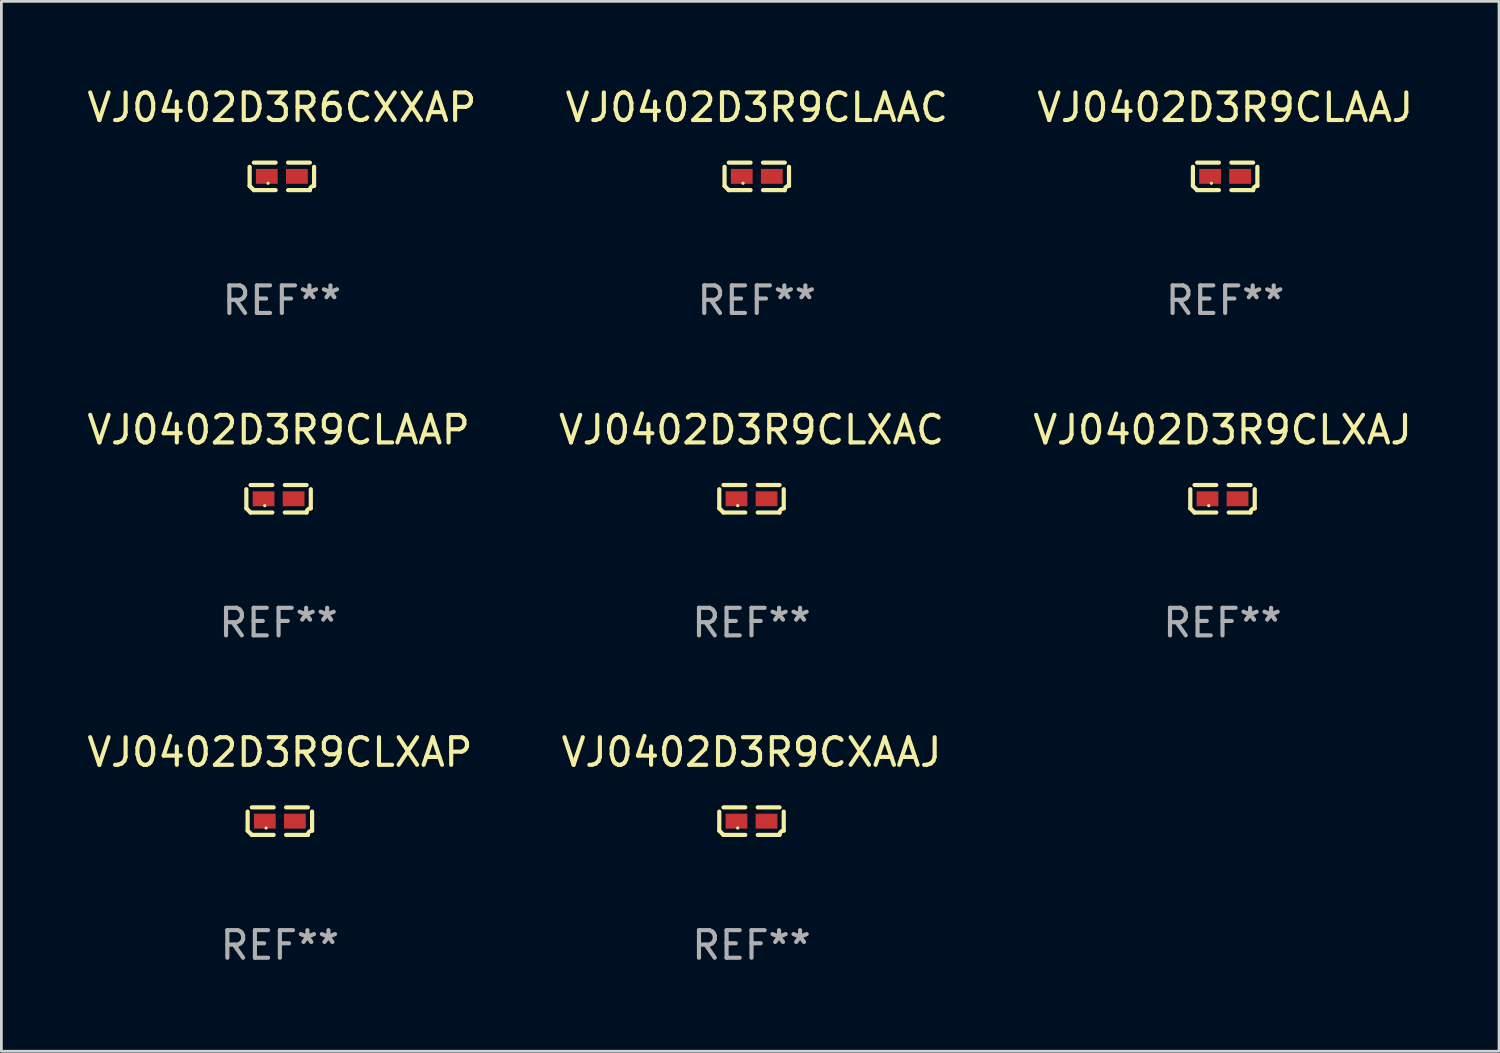
<source format=kicad_pcb>
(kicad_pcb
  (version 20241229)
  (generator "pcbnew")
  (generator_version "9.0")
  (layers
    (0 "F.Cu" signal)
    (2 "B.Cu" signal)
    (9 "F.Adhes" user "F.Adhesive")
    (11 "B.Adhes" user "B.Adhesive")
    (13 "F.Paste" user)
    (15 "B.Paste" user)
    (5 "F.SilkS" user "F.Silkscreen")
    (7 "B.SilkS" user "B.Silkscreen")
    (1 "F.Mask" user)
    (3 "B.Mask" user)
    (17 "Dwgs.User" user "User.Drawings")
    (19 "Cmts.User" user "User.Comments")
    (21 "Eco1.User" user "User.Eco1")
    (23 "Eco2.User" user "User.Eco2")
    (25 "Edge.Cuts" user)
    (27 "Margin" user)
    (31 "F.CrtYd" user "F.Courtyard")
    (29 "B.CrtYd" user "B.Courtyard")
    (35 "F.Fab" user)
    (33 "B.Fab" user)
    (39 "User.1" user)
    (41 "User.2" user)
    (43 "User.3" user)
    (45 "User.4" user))
  (footprint "VJ0402D3R9CLAAC"
    (layer "F.Cu")
    (at 24.399 3.347)
    (property "Reference" "VJ0402D3R9CLAAC" (at 0 -2.499 0) (layer "F.SilkS") (effects (font (size 1 1) (thickness 0.15))))
    (attr through_hole)
    (fp_line (start -1.169 0.346) (end -1.169 -0.346) (stroke (width 0.152) (type solid)) (layer "F.SilkS"))
    (fp_line (start -1.016 -0.499) (end -0.226 -0.499) (stroke (width 0.152) (type solid)) (layer "F.SilkS"))
    (fp_line (start -0.226 0.499) (end -1.016 0.499) (stroke (width 0.152) (type solid)) (layer "F.SilkS"))
    (fp_line (start 0.226 0.499) (end 1.016 0.499) (stroke (width 0.152) (type solid)) (layer "F.SilkS"))
    (fp_line (start 1.016 -0.499) (end 0.226 -0.499) (stroke (width 0.152) (type solid)) (layer "F.SilkS"))
    (fp_line (start 1.169 0.346) (end 1.169 -0.346) (stroke (width 0.152) (type solid)) (layer "F.SilkS"))
    (fp_arc (start -1.016307 0.498603) (mid -1.092512 0.422405) (end -1.16871 0.3462) (stroke (width 0.1524) (type solid)) (layer "F.SilkS"))
    (fp_arc (start 1.016307 0.498603) (mid 1.060899 0.390758) (end 1.168707 0.346076) (stroke (width 0.1524) (type solid)) (layer "F.SilkS"))
    (fp_circle (center -0.5 0.25) (end -0.47 0.25) (stroke (width 0.06) (type solid)) (fill no) (layer "F.SilkS"))
    (fp_text user "REF**" (at 0 4.499 0) (layer "F.Fab") (effects (font (size 1 1) (thickness 0.15))))
    (pad "1" smd rect (at -0.545 0) (size 0.79 0.54) (layers "F.Cu" "F.Mask" "F.Paste"))
    (pad "2" smd rect (at 0.545 0) (size 0.79 0.54) (layers "F.Cu" "F.Mask" "F.Paste")))
  (footprint "VJ0402D3R9CLAAP"
    (layer "F.Cu")
    (at 7.054 15.041)
    (property "Reference" "VJ0402D3R9CLAAP" (at 0 -2.499 0) (layer "F.SilkS") (effects (font (size 1 1) (thickness 0.15))))
    (attr through_hole)
    (fp_line (start -1.169 0.346) (end -1.169 -0.346) (stroke (width 0.152) (type solid)) (layer "F.SilkS"))
    (fp_line (start -1.016 -0.499) (end -0.226 -0.499) (stroke (width 0.152) (type solid)) (layer "F.SilkS"))
    (fp_line (start -0.226 0.499) (end -1.016 0.499) (stroke (width 0.152) (type solid)) (layer "F.SilkS"))
    (fp_line (start 0.226 0.499) (end 1.016 0.499) (stroke (width 0.152) (type solid)) (layer "F.SilkS"))
    (fp_line (start 1.016 -0.499) (end 0.226 -0.499) (stroke (width 0.152) (type solid)) (layer "F.SilkS"))
    (fp_line (start 1.169 0.346) (end 1.169 -0.346) (stroke (width 0.152) (type solid)) (layer "F.SilkS"))
    (fp_arc (start -1.016307 0.498603) (mid -1.092512 0.422405) (end -1.16871 0.3462) (stroke (width 0.1524) (type solid)) (layer "F.SilkS"))
    (fp_arc (start 1.016307 0.498603) (mid 1.060899 0.390758) (end 1.168707 0.346076) (stroke (width 0.1524) (type solid)) (layer "F.SilkS"))
    (fp_circle (center -0.5 0.25) (end -0.47 0.25) (stroke (width 0.06) (type solid)) (fill no) (layer "F.SilkS"))
    (fp_text user "REF**" (at 0 4.499 0) (layer "F.Fab") (effects (font (size 1 1) (thickness 0.15))))
    (pad "1" smd rect (at -0.545 0) (size 0.79 0.54) (layers "F.Cu" "F.Mask" "F.Paste"))
    (pad "2" smd rect (at 0.545 0) (size 0.79 0.54) (layers "F.Cu" "F.Mask" "F.Paste")))
  (footprint "VJ0402D3R9CXAAJ"
    (layer "F.Cu")
    (at 24.208 26.734)
    (property "Reference" "VJ0402D3R9CXAAJ" (at 0 -2.499 0) (layer "F.SilkS") (effects (font (size 1 1) (thickness 0.15))))
    (attr through_hole)
    (fp_line (start -1.169 0.346) (end -1.169 -0.346) (stroke (width 0.152) (type solid)) (layer "F.SilkS"))
    (fp_line (start -1.016 -0.499) (end -0.226 -0.499) (stroke (width 0.152) (type solid)) (layer "F.SilkS"))
    (fp_line (start -0.226 0.499) (end -1.016 0.499) (stroke (width 0.152) (type solid)) (layer "F.SilkS"))
    (fp_line (start 0.226 0.499) (end 1.016 0.499) (stroke (width 0.152) (type solid)) (layer "F.SilkS"))
    (fp_line (start 1.016 -0.499) (end 0.226 -0.499) (stroke (width 0.152) (type solid)) (layer "F.SilkS"))
    (fp_line (start 1.169 0.346) (end 1.169 -0.346) (stroke (width 0.152) (type solid)) (layer "F.SilkS"))
    (fp_arc (start -1.016307 0.498603) (mid -1.092512 0.422405) (end -1.16871 0.3462) (stroke (width 0.1524) (type solid)) (layer "F.SilkS"))
    (fp_arc (start 1.016307 0.498603) (mid 1.060899 0.390758) (end 1.168707 0.346076) (stroke (width 0.1524) (type solid)) (layer "F.SilkS"))
    (fp_circle (center -0.5 0.25) (end -0.47 0.25) (stroke (width 0.06) (type solid)) (fill no) (layer "F.SilkS"))
    (fp_text user "REF**" (at 0 4.499 0) (layer "F.Fab") (effects (font (size 1 1) (thickness 0.15))))
    (pad "1" smd rect (at -0.545 0) (size 0.79 0.54) (layers "F.Cu" "F.Mask" "F.Paste"))
    (pad "2" smd rect (at 0.545 0) (size 0.79 0.54) (layers "F.Cu" "F.Mask" "F.Paste")))
  (footprint "VJ0402D3R9CLXAP"
    (layer "F.Cu")
    (at 7.101 26.734)
    (property "Reference" "VJ0402D3R9CLXAP" (at 0 -2.499 0) (layer "F.SilkS") (effects (font (size 1 1) (thickness 0.15))))
    (attr through_hole)
    (fp_line (start -1.169 0.346) (end -1.169 -0.346) (stroke (width 0.152) (type solid)) (layer "F.SilkS"))
    (fp_line (start -1.016 -0.499) (end -0.226 -0.499) (stroke (width 0.152) (type solid)) (layer "F.SilkS"))
    (fp_line (start -0.226 0.499) (end -1.016 0.499) (stroke (width 0.152) (type solid)) (layer "F.SilkS"))
    (fp_line (start 0.226 0.499) (end 1.016 0.499) (stroke (width 0.152) (type solid)) (layer "F.SilkS"))
    (fp_line (start 1.016 -0.499) (end 0.226 -0.499) (stroke (width 0.152) (type solid)) (layer "F.SilkS"))
    (fp_line (start 1.169 0.346) (end 1.169 -0.346) (stroke (width 0.152) (type solid)) (layer "F.SilkS"))
    (fp_arc (start -1.016307 0.498603) (mid -1.092512 0.422405) (end -1.16871 0.3462) (stroke (width 0.1524) (type solid)) (layer "F.SilkS"))
    (fp_arc (start 1.016307 0.498603) (mid 1.060899 0.390758) (end 1.168707 0.346076) (stroke (width 0.1524) (type solid)) (layer "F.SilkS"))
    (fp_circle (center -0.5 0.25) (end -0.47 0.25) (stroke (width 0.06) (type solid)) (fill no) (layer "F.SilkS"))
    (fp_text user "REF**" (at 0 4.499 0) (layer "F.Fab") (effects (font (size 1 1) (thickness 0.15))))
    (pad "1" smd rect (at -0.545 0) (size 0.79 0.54) (layers "F.Cu" "F.Mask" "F.Paste"))
    (pad "2" smd rect (at 0.545 0) (size 0.79 0.54) (layers "F.Cu" "F.Mask" "F.Paste")))
  (footprint "VJ0402D3R6CXXAP"
    (layer "F.Cu")
    (at 7.173 3.347)
    (property "Reference" "VJ0402D3R6CXXAP" (at 0 -2.499 0) (layer "F.SilkS") (effects (font (size 1 1) (thickness 0.15))))
    (attr through_hole)
    (fp_line (start -1.169 0.346) (end -1.169 -0.346) (stroke (width 0.152) (type solid)) (layer "F.SilkS"))
    (fp_line (start -1.016 -0.499) (end -0.226 -0.499) (stroke (width 0.152) (type solid)) (layer "F.SilkS"))
    (fp_line (start -0.226 0.499) (end -1.016 0.499) (stroke (width 0.152) (type solid)) (layer "F.SilkS"))
    (fp_line (start 0.226 0.499) (end 1.016 0.499) (stroke (width 0.152) (type solid)) (layer "F.SilkS"))
    (fp_line (start 1.016 -0.499) (end 0.226 -0.499) (stroke (width 0.152) (type solid)) (layer "F.SilkS"))
    (fp_line (start 1.169 0.346) (end 1.169 -0.346) (stroke (width 0.152) (type solid)) (layer "F.SilkS"))
    (fp_arc (start -1.016307 0.498603) (mid -1.092512 0.422405) (end -1.16871 0.3462) (stroke (width 0.1524) (type solid)) (layer "F.SilkS"))
    (fp_arc (start 1.016307 0.498603) (mid 1.060899 0.390758) (end 1.168707 0.346076) (stroke (width 0.1524) (type solid)) (layer "F.SilkS"))
    (fp_circle (center -0.5 0.25) (end -0.47 0.25) (stroke (width 0.06) (type solid)) (fill no) (layer "F.SilkS"))
    (fp_text user "REF**" (at 0 4.499 0) (layer "F.Fab") (effects (font (size 1 1) (thickness 0.15))))
    (pad "1" smd rect (at -0.545 0) (size 0.79 0.54) (layers "F.Cu" "F.Mask" "F.Paste"))
    (pad "2" smd rect (at 0.545 0) (size 0.79 0.54) (layers "F.Cu" "F.Mask" "F.Paste")))
  (footprint "VJ0402D3R9CLXAJ"
    (layer "F.Cu")
    (at 41.292 15.041)
    (property "Reference" "VJ0402D3R9CLXAJ" (at 0 -2.499 0) (layer "F.SilkS") (effects (font (size 1 1) (thickness 0.15))))
    (attr through_hole)
    (fp_line (start -1.169 0.346) (end -1.169 -0.346) (stroke (width 0.152) (type solid)) (layer "F.SilkS"))
    (fp_line (start -1.016 -0.499) (end -0.226 -0.499) (stroke (width 0.152) (type solid)) (layer "F.SilkS"))
    (fp_line (start -0.226 0.499) (end -1.016 0.499) (stroke (width 0.152) (type solid)) (layer "F.SilkS"))
    (fp_line (start 0.226 0.499) (end 1.016 0.499) (stroke (width 0.152) (type solid)) (layer "F.SilkS"))
    (fp_line (start 1.016 -0.499) (end 0.226 -0.499) (stroke (width 0.152) (type solid)) (layer "F.SilkS"))
    (fp_line (start 1.169 0.346) (end 1.169 -0.346) (stroke (width 0.152) (type solid)) (layer "F.SilkS"))
    (fp_arc (start -1.016307 0.498603) (mid -1.092512 0.422405) (end -1.16871 0.3462) (stroke (width 0.1524) (type solid)) (layer "F.SilkS"))
    (fp_arc (start 1.016307 0.498603) (mid 1.060899 0.390758) (end 1.168707 0.346076) (stroke (width 0.1524) (type solid)) (layer "F.SilkS"))
    (fp_circle (center -0.5 0.25) (end -0.47 0.25) (stroke (width 0.06) (type solid)) (fill no) (layer "F.SilkS"))
    (fp_text user "REF**" (at 0 4.499 0) (layer "F.Fab") (effects (font (size 1 1) (thickness 0.15))))
    (pad "1" smd rect (at -0.545 0) (size 0.79 0.54) (layers "F.Cu" "F.Mask" "F.Paste"))
    (pad "2" smd rect (at 0.545 0) (size 0.79 0.54) (layers "F.Cu" "F.Mask" "F.Paste")))
  (footprint "VJ0402D3R9CLAAJ"
    (layer "F.Cu")
    (at 41.387 3.347)
    (property "Reference" "VJ0402D3R9CLAAJ" (at 0 -2.499 0) (layer "F.SilkS") (effects (font (size 1 1) (thickness 0.15))))
    (attr through_hole)
    (fp_line (start -1.169 0.346) (end -1.169 -0.346) (stroke (width 0.152) (type solid)) (layer "F.SilkS"))
    (fp_line (start -1.016 -0.499) (end -0.226 -0.499) (stroke (width 0.152) (type solid)) (layer "F.SilkS"))
    (fp_line (start -0.226 0.499) (end -1.016 0.499) (stroke (width 0.152) (type solid)) (layer "F.SilkS"))
    (fp_line (start 0.226 0.499) (end 1.016 0.499) (stroke (width 0.152) (type solid)) (layer "F.SilkS"))
    (fp_line (start 1.016 -0.499) (end 0.226 -0.499) (stroke (width 0.152) (type solid)) (layer "F.SilkS"))
    (fp_line (start 1.169 0.346) (end 1.169 -0.346) (stroke (width 0.152) (type solid)) (layer "F.SilkS"))
    (fp_arc (start -1.016307 0.498603) (mid -1.092512 0.422405) (end -1.16871 0.3462) (stroke (width 0.1524) (type solid)) (layer "F.SilkS"))
    (fp_arc (start 1.016307 0.498603) (mid 1.060899 0.390758) (end 1.168707 0.346076) (stroke (width 0.1524) (type solid)) (layer "F.SilkS"))
    (fp_circle (center -0.5 0.25) (end -0.47 0.25) (stroke (width 0.06) (type solid)) (fill no) (layer "F.SilkS"))
    (fp_text user "REF**" (at 0 4.499 0) (layer "F.Fab") (effects (font (size 1 1) (thickness 0.15))))
    (pad "1" smd rect (at -0.545 0) (size 0.79 0.54) (layers "F.Cu" "F.Mask" "F.Paste"))
    (pad "2" smd rect (at 0.545 0) (size 0.79 0.54) (layers "F.Cu" "F.Mask" "F.Paste")))
  (footprint "VJ0402D3R9CLXAC"
    (layer "F.Cu")
    (at 24.208 15.041)
    (property "Reference" "VJ0402D3R9CLXAC" (at 0 -2.499 0) (layer "F.SilkS") (effects (font (size 1 1) (thickness 0.15))))
    (attr through_hole)
    (fp_line (start -1.169 0.346) (end -1.169 -0.346) (stroke (width 0.152) (type solid)) (layer "F.SilkS"))
    (fp_line (start -1.016 -0.499) (end -0.226 -0.499) (stroke (width 0.152) (type solid)) (layer "F.SilkS"))
    (fp_line (start -0.226 0.499) (end -1.016 0.499) (stroke (width 0.152) (type solid)) (layer "F.SilkS"))
    (fp_line (start 0.226 0.499) (end 1.016 0.499) (stroke (width 0.152) (type solid)) (layer "F.SilkS"))
    (fp_line (start 1.016 -0.499) (end 0.226 -0.499) (stroke (width 0.152) (type solid)) (layer "F.SilkS"))
    (fp_line (start 1.169 0.346) (end 1.169 -0.346) (stroke (width 0.152) (type solid)) (layer "F.SilkS"))
    (fp_arc (start -1.016307 0.498603) (mid -1.092512 0.422405) (end -1.16871 0.3462) (stroke (width 0.1524) (type solid)) (layer "F.SilkS"))
    (fp_arc (start 1.016307 0.498603) (mid 1.060899 0.390758) (end 1.168707 0.346076) (stroke (width 0.1524) (type solid)) (layer "F.SilkS"))
    (fp_circle (center -0.5 0.25) (end -0.47 0.25) (stroke (width 0.06) (type solid)) (fill no) (layer "F.SilkS"))
    (fp_text user "REF**" (at 0 4.499 0) (layer "F.Fab") (effects (font (size 1 1) (thickness 0.15))))
    (pad "1" smd rect (at -0.545 0) (size 0.79 0.54) (layers "F.Cu" "F.Mask" "F.Paste"))
    (pad "2" smd rect (at 0.545 0) (size 0.79 0.54) (layers "F.Cu" "F.Mask" "F.Paste")))
  (gr_rect
    (start -3 -3)
    (end 51.321 35.081)
    (stroke (width 0.1) (type default))
    (fill no)
    (layer "Edge.Cuts")))
</source>
